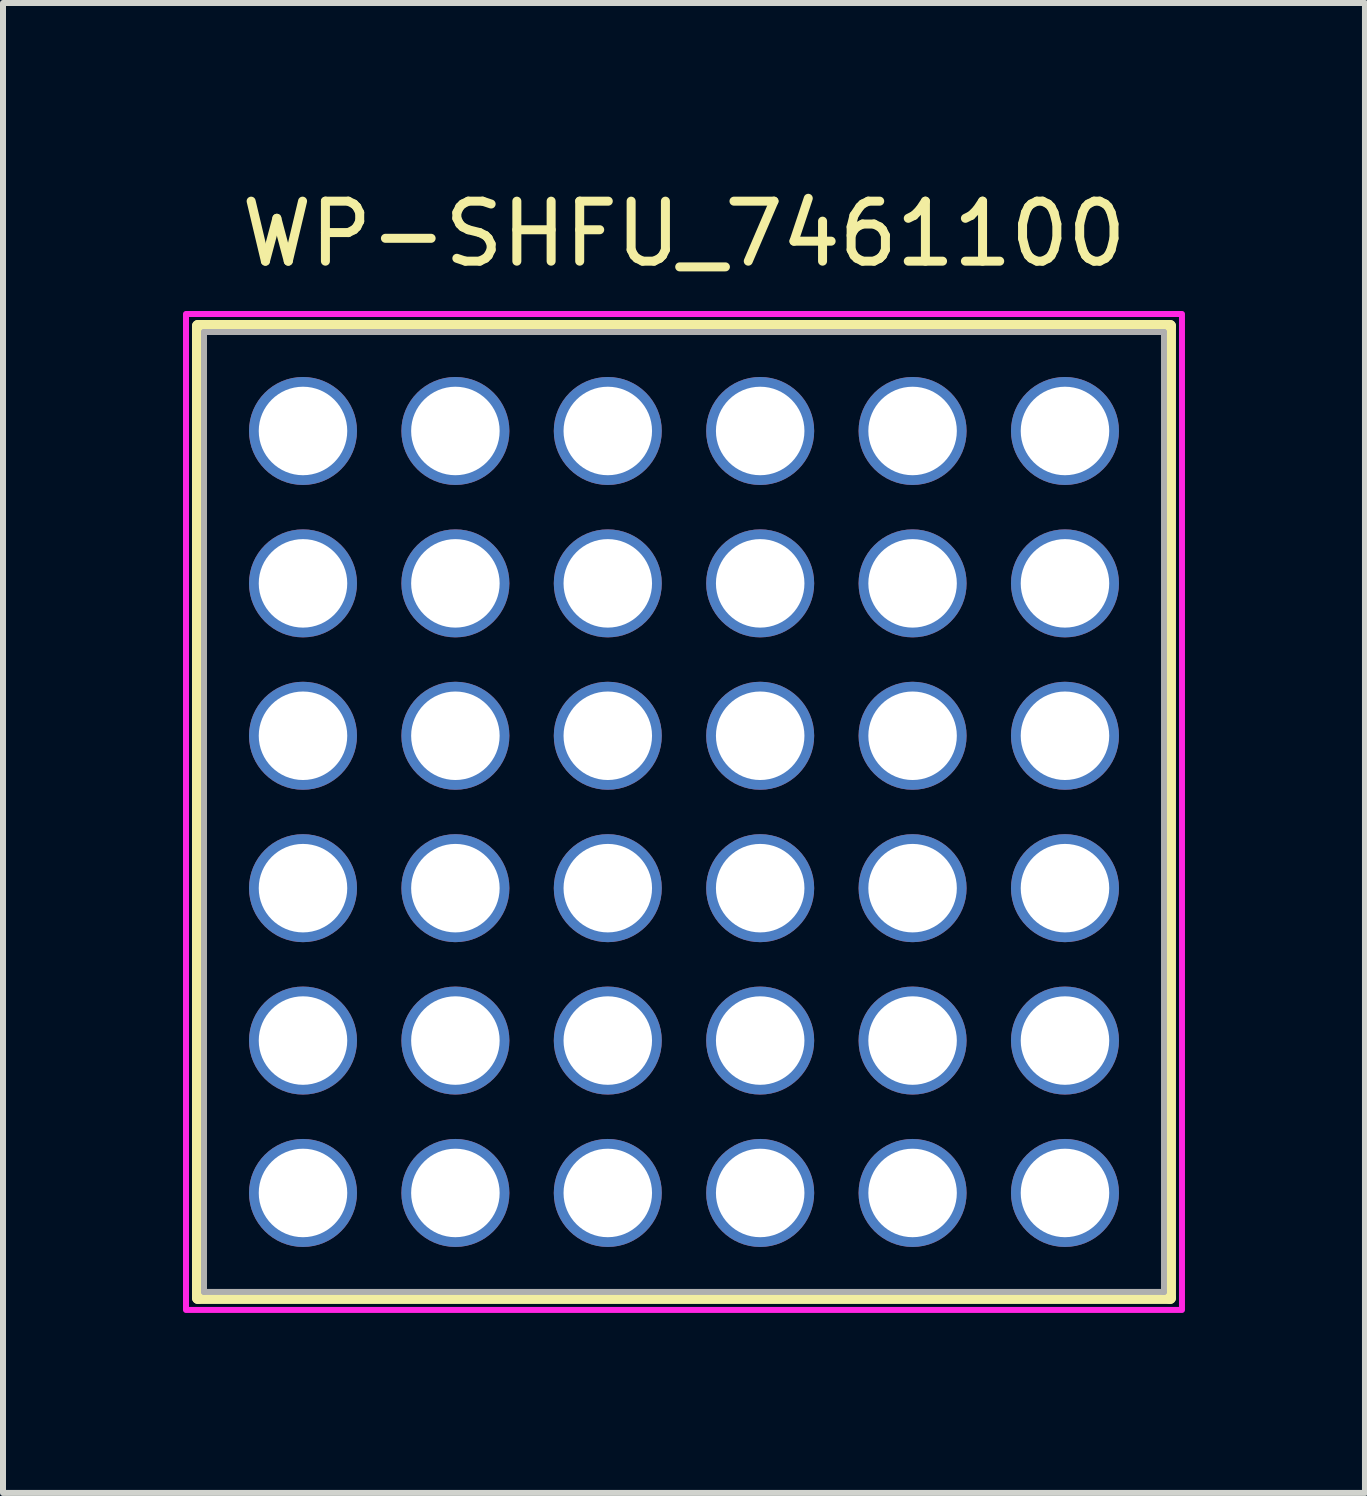
<source format=kicad_pcb>
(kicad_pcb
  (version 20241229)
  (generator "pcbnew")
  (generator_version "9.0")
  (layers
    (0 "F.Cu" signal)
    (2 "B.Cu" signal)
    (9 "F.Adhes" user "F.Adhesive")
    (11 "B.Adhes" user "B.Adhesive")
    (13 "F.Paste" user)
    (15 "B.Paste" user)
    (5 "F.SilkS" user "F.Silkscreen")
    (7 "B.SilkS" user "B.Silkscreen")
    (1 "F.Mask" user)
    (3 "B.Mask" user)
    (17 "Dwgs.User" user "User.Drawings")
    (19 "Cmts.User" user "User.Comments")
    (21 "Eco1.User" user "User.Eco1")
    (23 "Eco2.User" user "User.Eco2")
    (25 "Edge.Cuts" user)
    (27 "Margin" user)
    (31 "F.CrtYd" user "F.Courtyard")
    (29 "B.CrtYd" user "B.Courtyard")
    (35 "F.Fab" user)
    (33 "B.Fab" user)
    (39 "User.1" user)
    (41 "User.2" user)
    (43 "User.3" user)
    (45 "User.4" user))
  (footprint "WP-SHFU_7461100"
    (layer "F.Cu")
    (at 8.35 10.483)
    (property "Reference" "WP-SHFU_7461100" (at 0 -9.635 0) (layer "F.SilkS") (effects (font (size 1 1) (thickness 0.15))))
    (attr through_hole)
    (fp_line (start -8.1 -8.1) (end 8.1 -8.1) (stroke (width 0.2) (type solid)) (layer "F.SilkS"))
    (fp_line (start -8.1 8.1) (end -8.1 -8.1) (stroke (width 0.2) (type solid)) (layer "F.SilkS"))
    (fp_line (start 8.1 -8.1) (end 8.1 8.1) (stroke (width 0.2) (type solid)) (layer "F.SilkS"))
    (fp_line (start 8.1 8.1) (end -8.1 8.1) (stroke (width 0.2) (type solid)) (layer "F.SilkS"))
    (fp_poly (pts (xy -8.3 8.3) (xy 8.3 8.3) (xy 8.3 -8.3) (xy -8.3 -8.3)) (stroke (width 0.1) (type solid)) (fill no) (layer "F.CrtYd"))
    (fp_line (start -8 -8) (end 8 -8) (stroke (width 0.1) (type solid)) (layer "F.Fab"))
    (fp_line (start -8 8) (end -8 -8) (stroke (width 0.1) (type solid)) (layer "F.Fab"))
    (fp_line (start 8 -8) (end 8 8) (stroke (width 0.1) (type solid)) (layer "F.Fab"))
    (fp_line (start 8 8) (end -8 8) (stroke (width 0.1) (type solid)) (layer "F.Fab"))
    (pad "1" thru_hole circle (at -6.35 -6.35) (size 1.8 1.8) (drill 1.475) (layers "*.Cu" "*.Mask"))
    (pad "2" thru_hole circle (at -3.81 -6.35) (size 1.8 1.8) (drill 1.475) (layers "*.Cu" "*.Mask"))
    (pad "3" thru_hole circle (at -1.27 -6.35) (size 1.8 1.8) (drill 1.475) (layers "*.Cu" "*.Mask"))
    (pad "4" thru_hole circle (at 1.27 -6.35) (size 1.8 1.8) (drill 1.475) (layers "*.Cu" "*.Mask"))
    (pad "5" thru_hole circle (at 3.81 -6.35) (size 1.8 1.8) (drill 1.475) (layers "*.Cu" "*.Mask"))
    (pad "6" thru_hole circle (at 6.35 -6.35) (size 1.8 1.8) (drill 1.475) (layers "*.Cu" "*.Mask"))
    (pad "7" thru_hole circle (at 6.35 -3.81) (size 1.8 1.8) (drill 1.475) (layers "*.Cu" "*.Mask"))
    (pad "8" thru_hole circle (at 3.81 -3.81) (size 1.8 1.8) (drill 1.475) (layers "*.Cu" "*.Mask"))
    (pad "9" thru_hole circle (at 1.27 -3.81) (size 1.8 1.8) (drill 1.475) (layers "*.Cu" "*.Mask"))
    (pad "10" thru_hole circle (at -1.27 -3.81) (size 1.8 1.8) (drill 1.475) (layers "*.Cu" "*.Mask"))
    (pad "11" thru_hole circle (at -3.81 -3.81) (size 1.8 1.8) (drill 1.475) (layers "*.Cu" "*.Mask"))
    (pad "12" thru_hole circle (at -6.35 -3.81) (size 1.8 1.8) (drill 1.475) (layers "*.Cu" "*.Mask"))
    (pad "13" thru_hole circle (at -6.35 -1.27) (size 1.8 1.8) (drill 1.475) (layers "*.Cu" "*.Mask"))
    (pad "14" thru_hole circle (at -3.81 -1.27) (size 1.8 1.8) (drill 1.475) (layers "*.Cu" "*.Mask"))
    (pad "15" thru_hole circle (at -1.27 -1.27) (size 1.8 1.8) (drill 1.475) (layers "*.Cu" "*.Mask"))
    (pad "16" thru_hole circle (at 1.27 -1.27) (size 1.8 1.8) (drill 1.475) (layers "*.Cu" "*.Mask"))
    (pad "17" thru_hole circle (at 3.81 -1.27) (size 1.8 1.8) (drill 1.475) (layers "*.Cu" "*.Mask"))
    (pad "18" thru_hole circle (at 6.35 -1.27) (size 1.8 1.8) (drill 1.475) (layers "*.Cu" "*.Mask"))
    (pad "19" thru_hole circle (at 6.35 1.27) (size 1.8 1.8) (drill 1.475) (layers "*.Cu" "*.Mask"))
    (pad "20" thru_hole circle (at 3.81 1.27) (size 1.8 1.8) (drill 1.475) (layers "*.Cu" "*.Mask"))
    (pad "21" thru_hole circle (at 1.27 1.27) (size 1.8 1.8) (drill 1.475) (layers "*.Cu" "*.Mask"))
    (pad "22" thru_hole circle (at -1.27 1.27) (size 1.8 1.8) (drill 1.475) (layers "*.Cu" "*.Mask"))
    (pad "23" thru_hole circle (at -3.81 1.27) (size 1.8 1.8) (drill 1.475) (layers "*.Cu" "*.Mask"))
    (pad "24" thru_hole circle (at -6.35 1.27) (size 1.8 1.8) (drill 1.475) (layers "*.Cu" "*.Mask"))
    (pad "25" thru_hole circle (at -6.35 3.81) (size 1.8 1.8) (drill 1.475) (layers "*.Cu" "*.Mask"))
    (pad "26" thru_hole circle (at -3.81 3.81) (size 1.8 1.8) (drill 1.475) (layers "*.Cu" "*.Mask"))
    (pad "27" thru_hole circle (at -1.27 3.81) (size 1.8 1.8) (drill 1.475) (layers "*.Cu" "*.Mask"))
    (pad "28" thru_hole circle (at 1.27 3.81) (size 1.8 1.8) (drill 1.475) (layers "*.Cu" "*.Mask"))
    (pad "29" thru_hole circle (at 3.81 3.81) (size 1.8 1.8) (drill 1.475) (layers "*.Cu" "*.Mask"))
    (pad "30" thru_hole circle (at 6.35 3.81) (size 1.8 1.8) (drill 1.475) (layers "*.Cu" "*.Mask"))
    (pad "31" thru_hole circle (at 6.35 6.35) (size 1.8 1.8) (drill 1.475) (layers "*.Cu" "*.Mask"))
    (pad "32" thru_hole circle (at 3.81 6.35) (size 1.8 1.8) (drill 1.475) (layers "*.Cu" "*.Mask"))
    (pad "33" thru_hole circle (at 1.27 6.35) (size 1.8 1.8) (drill 1.475) (layers "*.Cu" "*.Mask"))
    (pad "34" thru_hole circle (at -1.27 6.35) (size 1.8 1.8) (drill 1.475) (layers "*.Cu" "*.Mask"))
    (pad "35" thru_hole circle (at -3.81 6.35) (size 1.8 1.8) (drill 1.475) (layers "*.Cu" "*.Mask"))
    (pad "36" thru_hole circle (at -6.35 6.35) (size 1.8 1.8) (drill 1.475) (layers "*.Cu" "*.Mask")))
  (gr_rect
    (start -3 -3)
    (end 19.7 21.833)
    (stroke (width 0.1) (type default))
    (fill no)
    (layer "Edge.Cuts")))
</source>
